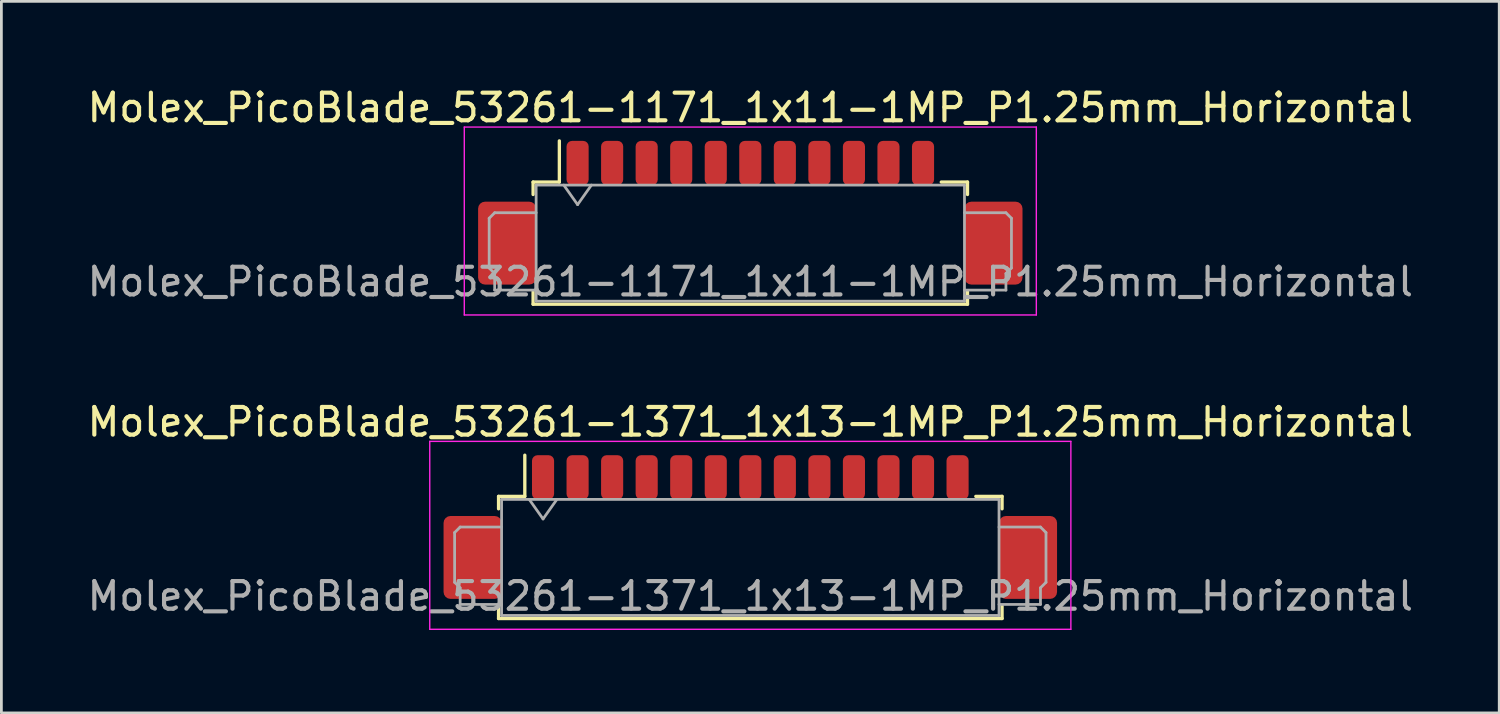
<source format=kicad_pcb>
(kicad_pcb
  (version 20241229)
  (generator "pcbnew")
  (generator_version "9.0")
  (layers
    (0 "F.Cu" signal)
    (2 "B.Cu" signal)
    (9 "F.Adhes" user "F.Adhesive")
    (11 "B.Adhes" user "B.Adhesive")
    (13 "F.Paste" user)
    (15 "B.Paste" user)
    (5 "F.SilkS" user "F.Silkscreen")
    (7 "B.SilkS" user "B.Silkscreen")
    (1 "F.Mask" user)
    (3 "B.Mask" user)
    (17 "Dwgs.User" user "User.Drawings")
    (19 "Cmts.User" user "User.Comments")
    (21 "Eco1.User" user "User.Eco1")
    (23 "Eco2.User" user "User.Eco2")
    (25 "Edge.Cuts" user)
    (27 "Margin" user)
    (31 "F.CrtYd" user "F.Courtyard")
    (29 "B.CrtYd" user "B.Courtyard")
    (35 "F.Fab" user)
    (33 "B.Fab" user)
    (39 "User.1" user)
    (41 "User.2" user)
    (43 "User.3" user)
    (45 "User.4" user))
  (footprint "Molex_PicoBlade_53261-1171_1x11-1MP_P1.25mm_Horizontal"
    (layer "F.Cu")
    (at 24.101 5.248)
    (property "Reference" "Molex_PicoBlade_53261-1171_1x11-1MP_P1.25mm_Horizontal" (at 0 -4.4 0) (layer "F.SilkS") (effects (font (size 1 1) (thickness 0.15))))
    (attr smd)
    (fp_line (start -7.86 -1.71) (end -6.91 -1.71) (stroke (width 0.12) (type solid)) (layer "F.SilkS"))
    (fp_line (start -7.86 -1.26) (end -7.86 -1.71) (stroke (width 0.12) (type solid)) (layer "F.SilkS"))
    (fp_line (start -7.86 2.26) (end -7.86 2.71) (stroke (width 0.12) (type solid)) (layer "F.SilkS"))
    (fp_line (start -7.86 2.71) (end 7.86 2.71) (stroke (width 0.12) (type solid)) (layer "F.SilkS"))
    (fp_line (start -6.91 -1.71) (end -6.91 -3.2) (stroke (width 0.12) (type solid)) (layer "F.SilkS"))
    (fp_line (start 7.86 -1.71) (end 6.91 -1.71) (stroke (width 0.12) (type solid)) (layer "F.SilkS"))
    (fp_line (start 7.86 -1.26) (end 7.86 -1.71) (stroke (width 0.12) (type solid)) (layer "F.SilkS"))
    (fp_line (start 7.86 2.71) (end 7.86 2.26) (stroke (width 0.12) (type solid)) (layer "F.SilkS"))
    (fp_line (start -10.35 -3.7) (end -10.35 3.1) (stroke (width 0.05) (type solid)) (layer "F.CrtYd"))
    (fp_line (start -10.35 3.1) (end 10.35 3.1) (stroke (width 0.05) (type solid)) (layer "F.CrtYd"))
    (fp_line (start 10.35 -3.7) (end -10.35 -3.7) (stroke (width 0.05) (type solid)) (layer "F.CrtYd"))
    (fp_line (start 10.35 3.1) (end 10.35 -3.7) (stroke (width 0.05) (type solid)) (layer "F.CrtYd"))
    (fp_line (start -9.45 -0.4) (end -9.45 1.4) (stroke (width 0.1) (type solid)) (layer "F.Fab"))
    (fp_line (start -9.45 1.4) (end -9.25 1.6) (stroke (width 0.1) (type solid)) (layer "F.Fab"))
    (fp_line (start -9.25 -0.6) (end -9.45 -0.4) (stroke (width 0.1) (type solid)) (layer "F.Fab"))
    (fp_line (start -9.25 1.6) (end -9.25 2.2) (stroke (width 0.1) (type solid)) (layer "F.Fab"))
    (fp_line (start -9.25 2.2) (end -7.75 2.2) (stroke (width 0.1) (type solid)) (layer "F.Fab"))
    (fp_line (start -7.75 -1.6) (end -7.75 2.6) (stroke (width 0.1) (type solid)) (layer "F.Fab"))
    (fp_line (start -7.75 -1.6) (end 7.75 -1.6) (stroke (width 0.1) (type solid)) (layer "F.Fab"))
    (fp_line (start -7.75 -0.6) (end -9.25 -0.6) (stroke (width 0.1) (type solid)) (layer "F.Fab"))
    (fp_line (start -7.75 2.6) (end 7.75 2.6) (stroke (width 0.1) (type solid)) (layer "F.Fab"))
    (fp_line (start -6.75 -1.6) (end -6.25 -0.893) (stroke (width 0.1) (type solid)) (layer "F.Fab"))
    (fp_line (start -6.25 -0.893) (end -5.75 -1.6) (stroke (width 0.1) (type solid)) (layer "F.Fab"))
    (fp_line (start 7.75 -1.6) (end 7.75 2.6) (stroke (width 0.1) (type solid)) (layer "F.Fab"))
    (fp_line (start 7.75 -0.6) (end 9.25 -0.6) (stroke (width 0.1) (type solid)) (layer "F.Fab"))
    (fp_line (start 9.25 -0.6) (end 9.45 -0.4) (stroke (width 0.1) (type solid)) (layer "F.Fab"))
    (fp_line (start 9.25 1.6) (end 9.25 2.2) (stroke (width 0.1) (type solid)) (layer "F.Fab"))
    (fp_line (start 9.25 2.2) (end 7.75 2.2) (stroke (width 0.1) (type solid)) (layer "F.Fab"))
    (fp_line (start 9.45 -0.4) (end 9.45 1.4) (stroke (width 0.1) (type solid)) (layer "F.Fab"))
    (fp_line (start 9.45 1.4) (end 9.25 1.6) (stroke (width 0.1) (type solid)) (layer "F.Fab"))
    (fp_text user "${REFERENCE}" (at 0 1.9 0) (layer "F.Fab") (effects (font (size 1 1) (thickness 0.15))))
    (pad "1" smd roundrect (at -6.25 -2.4) (size 0.8 1.6) (layers "F.Cu" "F.Mask" "F.Paste") (roundrect_rratio 0.25))
    (pad "2" smd roundrect (at -5 -2.4) (size 0.8 1.6) (layers "F.Cu" "F.Mask" "F.Paste") (roundrect_rratio 0.25))
    (pad "3" smd roundrect (at -3.75 -2.4) (size 0.8 1.6) (layers "F.Cu" "F.Mask" "F.Paste") (roundrect_rratio 0.25))
    (pad "4" smd roundrect (at -2.5 -2.4) (size 0.8 1.6) (layers "F.Cu" "F.Mask" "F.Paste") (roundrect_rratio 0.25))
    (pad "5" smd roundrect (at -1.25 -2.4) (size 0.8 1.6) (layers "F.Cu" "F.Mask" "F.Paste") (roundrect_rratio 0.25))
    (pad "6" smd roundrect (at 0 -2.4) (size 0.8 1.6) (layers "F.Cu" "F.Mask" "F.Paste") (roundrect_rratio 0.25))
    (pad "7" smd roundrect (at 1.25 -2.4) (size 0.8 1.6) (layers "F.Cu" "F.Mask" "F.Paste") (roundrect_rratio 0.25))
    (pad "8" smd roundrect (at 2.5 -2.4) (size 0.8 1.6) (layers "F.Cu" "F.Mask" "F.Paste") (roundrect_rratio 0.25))
    (pad "9" smd roundrect (at 3.75 -2.4) (size 0.8 1.6) (layers "F.Cu" "F.Mask" "F.Paste") (roundrect_rratio 0.25))
    (pad "10" smd roundrect (at 5 -2.4) (size 0.8 1.6) (layers "F.Cu" "F.Mask" "F.Paste") (roundrect_rratio 0.25))
    (pad "11" smd roundrect (at 6.25 -2.4) (size 0.8 1.6) (layers "F.Cu" "F.Mask" "F.Paste") (roundrect_rratio 0.25))
    (pad "MP" smd roundrect (at -8.8 0.5) (size 2.1 3) (layers "F.Cu" "F.Mask" "F.Paste") (roundrect_rratio 0.119))
    (pad "MP" smd roundrect (at 8.8 0.5) (size 2.1 3) (layers "F.Cu" "F.Mask" "F.Paste") (roundrect_rratio 0.119)))
  (footprint "Molex_PicoBlade_53261-1371_1x13-1MP_P1.25mm_Horizontal"
    (layer "F.Cu")
    (at 24.101 16.622)
    (property "Reference" "Molex_PicoBlade_53261-1371_1x13-1MP_P1.25mm_Horizontal" (at 0 -4.4 0) (layer "F.SilkS") (effects (font (size 1 1) (thickness 0.15))))
    (attr smd)
    (fp_line (start -9.11 -1.71) (end -8.16 -1.71) (stroke (width 0.12) (type solid)) (layer "F.SilkS"))
    (fp_line (start -9.11 -1.26) (end -9.11 -1.71) (stroke (width 0.12) (type solid)) (layer "F.SilkS"))
    (fp_line (start -9.11 2.26) (end -9.11 2.71) (stroke (width 0.12) (type solid)) (layer "F.SilkS"))
    (fp_line (start -9.11 2.71) (end 9.11 2.71) (stroke (width 0.12) (type solid)) (layer "F.SilkS"))
    (fp_line (start -8.16 -1.71) (end -8.16 -3.2) (stroke (width 0.12) (type solid)) (layer "F.SilkS"))
    (fp_line (start 9.11 -1.71) (end 8.16 -1.71) (stroke (width 0.12) (type solid)) (layer "F.SilkS"))
    (fp_line (start 9.11 -1.26) (end 9.11 -1.71) (stroke (width 0.12) (type solid)) (layer "F.SilkS"))
    (fp_line (start 9.11 2.71) (end 9.11 2.26) (stroke (width 0.12) (type solid)) (layer "F.SilkS"))
    (fp_line (start -11.6 -3.7) (end -11.6 3.1) (stroke (width 0.05) (type solid)) (layer "F.CrtYd"))
    (fp_line (start -11.6 3.1) (end 11.6 3.1) (stroke (width 0.05) (type solid)) (layer "F.CrtYd"))
    (fp_line (start 11.6 -3.7) (end -11.6 -3.7) (stroke (width 0.05) (type solid)) (layer "F.CrtYd"))
    (fp_line (start 11.6 3.1) (end 11.6 -3.7) (stroke (width 0.05) (type solid)) (layer "F.CrtYd"))
    (fp_line (start -10.7 -0.4) (end -10.7 1.4) (stroke (width 0.1) (type solid)) (layer "F.Fab"))
    (fp_line (start -10.7 1.4) (end -10.5 1.6) (stroke (width 0.1) (type solid)) (layer "F.Fab"))
    (fp_line (start -10.5 -0.6) (end -10.7 -0.4) (stroke (width 0.1) (type solid)) (layer "F.Fab"))
    (fp_line (start -10.5 1.6) (end -10.5 2.2) (stroke (width 0.1) (type solid)) (layer "F.Fab"))
    (fp_line (start -10.5 2.2) (end -9 2.2) (stroke (width 0.1) (type solid)) (layer "F.Fab"))
    (fp_line (start -9 -1.6) (end -9 2.6) (stroke (width 0.1) (type solid)) (layer "F.Fab"))
    (fp_line (start -9 -1.6) (end 9 -1.6) (stroke (width 0.1) (type solid)) (layer "F.Fab"))
    (fp_line (start -9 -0.6) (end -10.5 -0.6) (stroke (width 0.1) (type solid)) (layer "F.Fab"))
    (fp_line (start -9 2.6) (end 9 2.6) (stroke (width 0.1) (type solid)) (layer "F.Fab"))
    (fp_line (start -8 -1.6) (end -7.5 -0.893) (stroke (width 0.1) (type solid)) (layer "F.Fab"))
    (fp_line (start -7.5 -0.893) (end -7 -1.6) (stroke (width 0.1) (type solid)) (layer "F.Fab"))
    (fp_line (start 9 -1.6) (end 9 2.6) (stroke (width 0.1) (type solid)) (layer "F.Fab"))
    (fp_line (start 9 -0.6) (end 10.5 -0.6) (stroke (width 0.1) (type solid)) (layer "F.Fab"))
    (fp_line (start 10.5 -0.6) (end 10.7 -0.4) (stroke (width 0.1) (type solid)) (layer "F.Fab"))
    (fp_line (start 10.5 1.6) (end 10.5 2.2) (stroke (width 0.1) (type solid)) (layer "F.Fab"))
    (fp_line (start 10.5 2.2) (end 9 2.2) (stroke (width 0.1) (type solid)) (layer "F.Fab"))
    (fp_line (start 10.7 -0.4) (end 10.7 1.4) (stroke (width 0.1) (type solid)) (layer "F.Fab"))
    (fp_line (start 10.7 1.4) (end 10.5 1.6) (stroke (width 0.1) (type solid)) (layer "F.Fab"))
    (fp_text user "${REFERENCE}" (at 0 1.9 0) (layer "F.Fab") (effects (font (size 1 1) (thickness 0.15))))
    (pad "1" smd roundrect (at -7.5 -2.4) (size 0.8 1.6) (layers "F.Cu" "F.Mask" "F.Paste") (roundrect_rratio 0.25))
    (pad "2" smd roundrect (at -6.25 -2.4) (size 0.8 1.6) (layers "F.Cu" "F.Mask" "F.Paste") (roundrect_rratio 0.25))
    (pad "3" smd roundrect (at -5 -2.4) (size 0.8 1.6) (layers "F.Cu" "F.Mask" "F.Paste") (roundrect_rratio 0.25))
    (pad "4" smd roundrect (at -3.75 -2.4) (size 0.8 1.6) (layers "F.Cu" "F.Mask" "F.Paste") (roundrect_rratio 0.25))
    (pad "5" smd roundrect (at -2.5 -2.4) (size 0.8 1.6) (layers "F.Cu" "F.Mask" "F.Paste") (roundrect_rratio 0.25))
    (pad "6" smd roundrect (at -1.25 -2.4) (size 0.8 1.6) (layers "F.Cu" "F.Mask" "F.Paste") (roundrect_rratio 0.25))
    (pad "7" smd roundrect (at 0 -2.4) (size 0.8 1.6) (layers "F.Cu" "F.Mask" "F.Paste") (roundrect_rratio 0.25))
    (pad "8" smd roundrect (at 1.25 -2.4) (size 0.8 1.6) (layers "F.Cu" "F.Mask" "F.Paste") (roundrect_rratio 0.25))
    (pad "9" smd roundrect (at 2.5 -2.4) (size 0.8 1.6) (layers "F.Cu" "F.Mask" "F.Paste") (roundrect_rratio 0.25))
    (pad "10" smd roundrect (at 3.75 -2.4) (size 0.8 1.6) (layers "F.Cu" "F.Mask" "F.Paste") (roundrect_rratio 0.25))
    (pad "11" smd roundrect (at 5 -2.4) (size 0.8 1.6) (layers "F.Cu" "F.Mask" "F.Paste") (roundrect_rratio 0.25))
    (pad "12" smd roundrect (at 6.25 -2.4) (size 0.8 1.6) (layers "F.Cu" "F.Mask" "F.Paste") (roundrect_rratio 0.25))
    (pad "13" smd roundrect (at 7.5 -2.4) (size 0.8 1.6) (layers "F.Cu" "F.Mask" "F.Paste") (roundrect_rratio 0.25))
    (pad "MP" smd roundrect (at -10.05 0.5) (size 2.1 3) (layers "F.Cu" "F.Mask" "F.Paste") (roundrect_rratio 0.119))
    (pad "MP" smd roundrect (at 10.05 0.5) (size 2.1 3) (layers "F.Cu" "F.Mask" "F.Paste") (roundrect_rratio 0.119)))
  (gr_rect
    (start -3 -3)
    (end 51.202 22.747)
    (stroke (width 0.1) (type default))
    (fill no)
    (layer "Edge.Cuts")))
</source>
